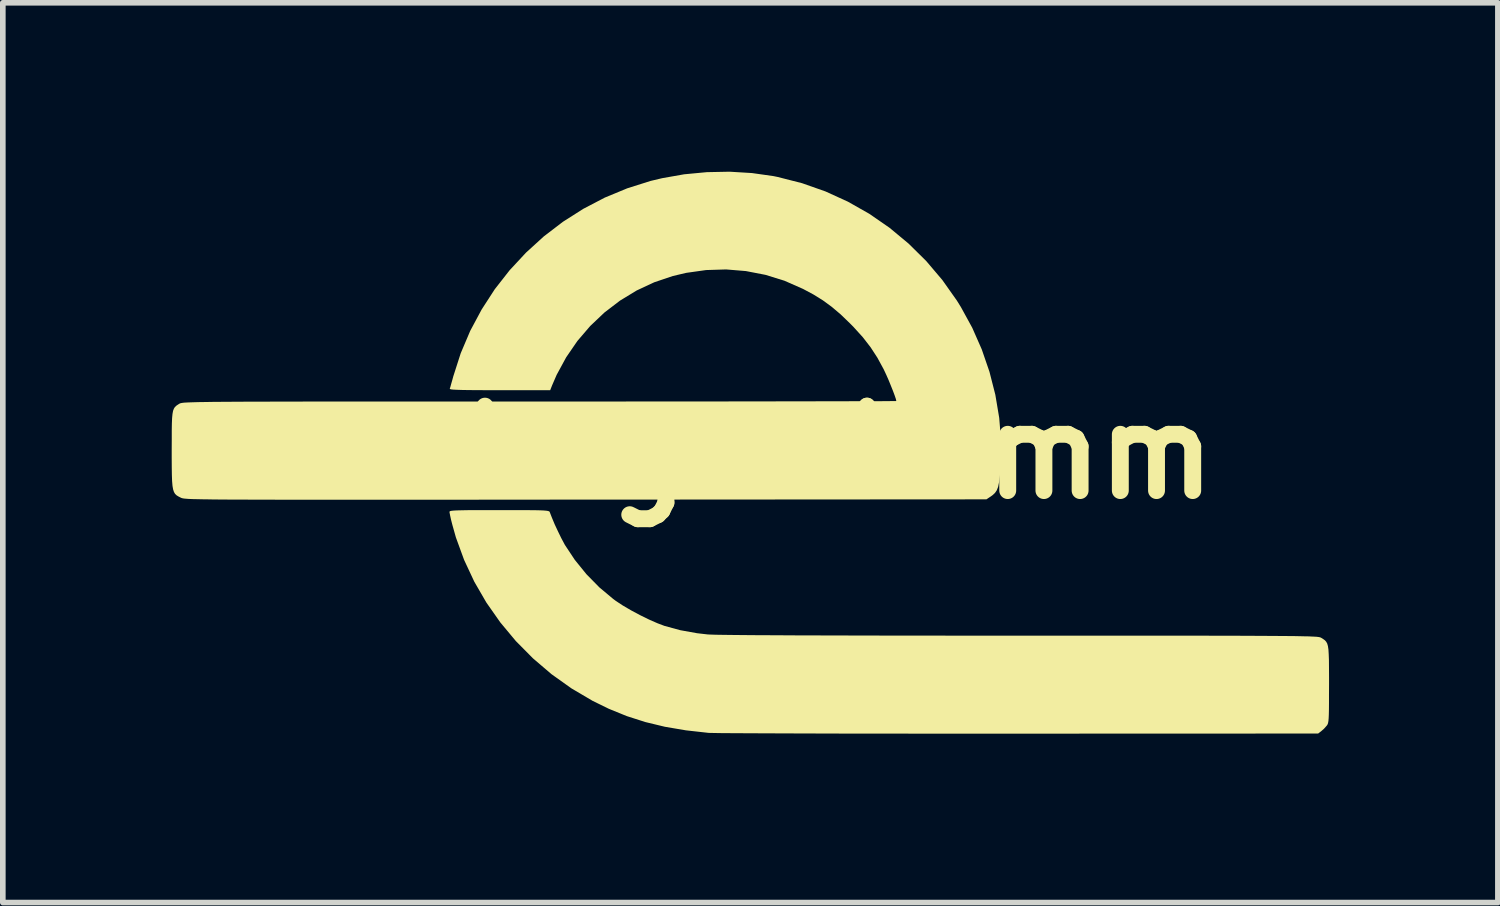
<source format=kicad_pcb>
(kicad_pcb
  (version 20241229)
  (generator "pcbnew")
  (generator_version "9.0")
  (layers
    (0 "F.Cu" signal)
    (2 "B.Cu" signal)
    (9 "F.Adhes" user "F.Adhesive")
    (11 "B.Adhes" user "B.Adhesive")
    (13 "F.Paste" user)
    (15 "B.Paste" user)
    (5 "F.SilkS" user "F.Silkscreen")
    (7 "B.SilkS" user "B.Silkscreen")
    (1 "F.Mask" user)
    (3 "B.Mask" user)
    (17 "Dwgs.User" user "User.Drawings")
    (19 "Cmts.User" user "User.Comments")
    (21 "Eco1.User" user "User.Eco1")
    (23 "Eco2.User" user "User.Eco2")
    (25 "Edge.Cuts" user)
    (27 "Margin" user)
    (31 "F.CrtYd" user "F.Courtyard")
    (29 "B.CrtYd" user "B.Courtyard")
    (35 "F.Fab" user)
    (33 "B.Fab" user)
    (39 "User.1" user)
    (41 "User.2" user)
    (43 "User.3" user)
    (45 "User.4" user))
  (footprint "e-Logo 10mm"
    (layer "F.Cu")
    (at 10.279 4.986)
    (property "Reference" "e-Logo 10mm" (at 0 0 0) (layer "F.SilkS") (effects (font (size 1.5 1.5) (thickness 0.3))))
    (attr board_only exclude_from_pos_files exclude_from_bom)
    (fp_poly (pts (xy -4.248 1.025) (xy -4.073 1.025) (xy -3.93 1.026) (xy -3.818 1.027) (xy -3.731 1.029) (xy -3.667 1.032) (xy -3.622 1.036) (xy -3.593 1.041) (xy -3.575 1.047) (xy -3.567 1.054) (xy -3.564 1.06) (xy -3.526 1.158) (xy -3.476 1.278) (xy -3.417 1.404) (xy -3.358 1.525) (xy -3.304 1.626) (xy -3.295 1.643) (xy -3.118 1.91) (xy -2.911 2.165) (xy -2.681 2.399) (xy -2.437 2.603) (xy -2.39 2.638) (xy -2.267 2.719) (xy -2.12 2.805) (xy -1.961 2.89) (xy -1.8 2.969) (xy -1.65 3.035) (xy -1.525 3.082) (xy -1.246 3.158) (xy -0.946 3.212) (xy -0.754 3.234) (xy -0.703 3.236) (xy -0.613 3.239) (xy -0.482 3.241) (xy -0.312 3.243) (xy -0.102 3.245) (xy 0.149 3.247) (xy 0.439 3.248) (xy 0.769 3.25) (xy 1.139 3.251) (xy 1.548 3.252) (xy 1.997 3.253) (xy 2.485 3.254) (xy 3.013 3.254) (xy 3.58 3.255) (xy 4.187 3.255) (xy 4.783 3.255) (xy 5.328 3.255) (xy 5.834 3.255) (xy 6.304 3.255) (xy 6.737 3.256) (xy 7.136 3.256) (xy 7.502 3.256) (xy 7.836 3.256) (xy 8.141 3.256) (xy 8.417 3.257) (xy 8.665 3.257) (xy 8.888 3.258) (xy 9.087 3.259) (xy 9.263 3.26) (xy 9.417 3.261) (xy 9.552 3.262) (xy 9.668 3.263) (xy 9.767 3.265) (xy 9.85 3.267) (xy 9.919 3.268) (xy 9.976 3.271) (xy 10.021 3.273) (xy 10.056 3.275) (xy 10.083 3.278) (xy 10.104 3.281) (xy 10.118 3.285) (xy 10.129 3.288) (xy 10.137 3.292) (xy 10.142 3.295) (xy 10.177 3.317) (xy 10.206 3.338) (xy 10.228 3.363) (xy 10.246 3.395) (xy 10.259 3.44) (xy 10.268 3.501) (xy 10.273 3.582) (xy 10.277 3.688) (xy 10.278 3.823) (xy 10.279 3.991) (xy 10.279 4.122) (xy 10.278 4.305) (xy 10.278 4.453) (xy 10.277 4.569) (xy 10.275 4.657) (xy 10.272 4.723) (xy 10.268 4.77) (xy 10.262 4.803) (xy 10.255 4.827) (xy 10.245 4.844) (xy 10.237 4.855) (xy 10.189 4.909) (xy 10.14 4.952) (xy 10.085 4.994) (xy 4.766 4.996) (xy 4.304 4.996) (xy 3.851 4.996) (xy 3.409 4.996) (xy 2.98 4.996) (xy 2.566 4.995) (xy 2.168 4.995) (xy 1.787 4.995) (xy 1.427 4.994) (xy 1.087 4.993) (xy 0.771 4.992) (xy 0.48 4.991) (xy 0.215 4.99) (xy -0.021 4.989) (xy -0.227 4.988) (xy -0.401 4.987) (xy -0.542 4.986) (xy -0.648 4.984) (xy -0.716 4.983) (xy -0.744 4.982) (xy -1.145 4.937) (xy -1.517 4.874) (xy -1.865 4.79) (xy -2.196 4.684) (xy -2.515 4.554) (xy -2.803 4.413) (xy -3.178 4.192) (xy -3.532 3.94) (xy -3.861 3.659) (xy -4.166 3.351) (xy -4.442 3.02) (xy -4.689 2.668) (xy -4.904 2.297) (xy -5.085 1.91) (xy -5.231 1.51) (xy -5.295 1.282) (xy -5.317 1.196) (xy -5.333 1.123) (xy -5.343 1.072) (xy -5.345 1.056) (xy -5.342 1.049) (xy -5.33 1.042) (xy -5.305 1.037) (xy -5.265 1.033) (xy -5.206 1.03) (xy -5.124 1.028) (xy -5.017 1.026) (xy -4.88 1.026) (xy -4.71 1.025) (xy -4.505 1.025) (xy -4.46 1.025)) (stroke (width 0) (type solid)) (fill yes) (layer "F.SilkS"))
    (fp_poly (pts (xy 0.028 -4.962) (xy 0.41 -4.908) (xy 0.487 -4.892) (xy 0.918 -4.782) (xy 1.333 -4.636) (xy 1.732 -4.454) (xy 2.113 -4.238) (xy 2.473 -3.989) (xy 2.81 -3.709) (xy 3.123 -3.4) (xy 3.41 -3.062) (xy 3.668 -2.697) (xy 3.74 -2.581) (xy 3.941 -2.214) (xy 4.11 -1.83) (xy 4.247 -1.432) (xy 4.351 -1.025) (xy 4.42 -0.614) (xy 4.453 -0.205) (xy 4.45 0.199) (xy 4.445 0.272) (xy 4.432 0.416) (xy 4.418 0.527) (xy 4.401 0.611) (xy 4.377 0.673) (xy 4.345 0.72) (xy 4.303 0.759) (xy 4.274 0.78) (xy 4.193 0.834) (xy -2.922 0.839) (xy -3.557 0.839) (xy -4.154 0.84) (xy -4.712 0.84) (xy -5.234 0.841) (xy -5.721 0.841) (xy -6.174 0.841) (xy -6.594 0.841) (xy -6.982 0.841) (xy -7.341 0.841) (xy -7.67 0.841) (xy -7.972 0.841) (xy -8.247 0.841) (xy -8.497 0.84) (xy -8.724 0.84) (xy -8.927 0.839) (xy -9.109 0.839) (xy -9.27 0.838) (xy -9.413 0.837) (xy -9.538 0.836) (xy -9.646 0.834) (xy -9.74 0.833) (xy -9.819 0.831) (xy -9.885 0.83) (xy -9.94 0.828) (xy -9.985 0.826) (xy -10.021 0.823) (xy -10.049 0.821) (xy -10.07 0.818) (xy -10.086 0.815) (xy -10.098 0.812) (xy -10.107 0.809) (xy -10.115 0.805) (xy -10.118 0.804) (xy -10.159 0.783) (xy -10.193 0.762) (xy -10.219 0.737) (xy -10.239 0.703) (xy -10.254 0.657) (xy -10.265 0.594) (xy -10.272 0.51) (xy -10.276 0.401) (xy -10.278 0.263) (xy -10.279 0.092) (xy -10.279 -0.041) (xy -10.278 -0.233) (xy -10.278 -0.389) (xy -10.276 -0.513) (xy -10.272 -0.61) (xy -10.265 -0.683) (xy -10.255 -0.738) (xy -10.24 -0.777) (xy -10.221 -0.807) (xy -10.196 -0.83) (xy -10.165 -0.851) (xy -10.142 -0.865) (xy -10.135 -0.869) (xy -10.127 -0.872) (xy -10.116 -0.875) (xy -10.101 -0.878) (xy -10.081 -0.881) (xy -10.053 -0.884) (xy -10.018 -0.886) (xy -9.973 -0.888) (xy -9.917 -0.89) (xy -9.85 -0.892) (xy -9.769 -0.894) (xy -9.673 -0.895) (xy -9.561 -0.897) (xy -9.432 -0.898) (xy -9.284 -0.899) (xy -9.116 -0.9) (xy -8.927 -0.901) (xy -8.715 -0.901) (xy -8.48 -0.902) (xy -8.219 -0.902) (xy -7.931 -0.903) (xy -7.616 -0.903) (xy -7.271 -0.904) (xy -6.896 -0.904) (xy -6.489 -0.904) (xy -6.049 -0.904) (xy -5.574 -0.904) (xy -5.063 -0.904) (xy -4.515 -0.904) (xy -3.929 -0.904) (xy -3.743 -0.904) (xy -3.241 -0.904) (xy -2.749 -0.904) (xy -2.27 -0.904) (xy -1.804 -0.905) (xy -1.353 -0.905) (xy -0.918 -0.905) (xy -0.501 -0.905) (xy -0.104 -0.906) (xy 0.272 -0.906) (xy 0.625 -0.907) (xy 0.954 -0.907) (xy 1.258 -0.908) (xy 1.535 -0.908) (xy 1.783 -0.909) (xy 2 -0.909) (xy 2.187 -0.91) (xy 2.34 -0.91) (xy 2.458 -0.911) (xy 2.54 -0.912) (xy 2.584 -0.912) (xy 2.592 -0.913) (xy 2.585 -0.947) (xy 2.564 -1.009) (xy 2.533 -1.092) (xy 2.495 -1.187) (xy 2.455 -1.285) (xy 2.414 -1.378) (xy 2.376 -1.459) (xy 2.368 -1.476) (xy 2.256 -1.682) (xy 2.135 -1.868) (xy 1.997 -2.046) (xy 1.833 -2.227) (xy 1.769 -2.292) (xy 1.603 -2.452) (xy 1.446 -2.585) (xy 1.289 -2.7) (xy 1.12 -2.805) (xy 0.935 -2.904) (xy 0.606 -3.049) (xy 0.267 -3.154) (xy -0.08 -3.221) (xy -0.431 -3.25) (xy -0.786 -3.239) (xy -1.141 -3.189) (xy -1.378 -3.133) (xy -1.707 -3.022) (xy -2.02 -2.876) (xy -2.316 -2.696) (xy -2.592 -2.485) (xy -2.845 -2.245) (xy -3.073 -1.979) (xy -3.272 -1.689) (xy -3.441 -1.378) (xy -3.522 -1.191) (xy -3.556 -1.105) (xy -4.453 -1.105) (xy -4.673 -1.105) (xy -4.856 -1.106) (xy -5.004 -1.107) (xy -5.122 -1.109) (xy -5.21 -1.112) (xy -5.273 -1.115) (xy -5.314 -1.119) (xy -5.335 -1.125) (xy -5.34 -1.131) (xy -5.33 -1.16) (xy -5.314 -1.219) (xy -5.292 -1.296) (xy -5.278 -1.348) (xy -5.145 -1.762) (xy -4.976 -2.16) (xy -4.773 -2.539) (xy -4.54 -2.899) (xy -4.276 -3.236) (xy -3.985 -3.549) (xy -3.669 -3.837) (xy -3.329 -4.097) (xy -2.967 -4.327) (xy -2.586 -4.526) (xy -2.187 -4.691) (xy -1.773 -4.822) (xy -1.567 -4.871) (xy -1.176 -4.94) (xy -0.773 -4.978) (xy -0.369 -4.986)) (stroke (width 0) (type solid)) (fill yes) (layer "F.SilkS")))
  (gr_rect
    (start -3 -3)
    (end 23.557 12.982)
    (stroke (width 0.1) (type default))
    (fill no)
    (layer "Edge.Cuts")))
</source>
